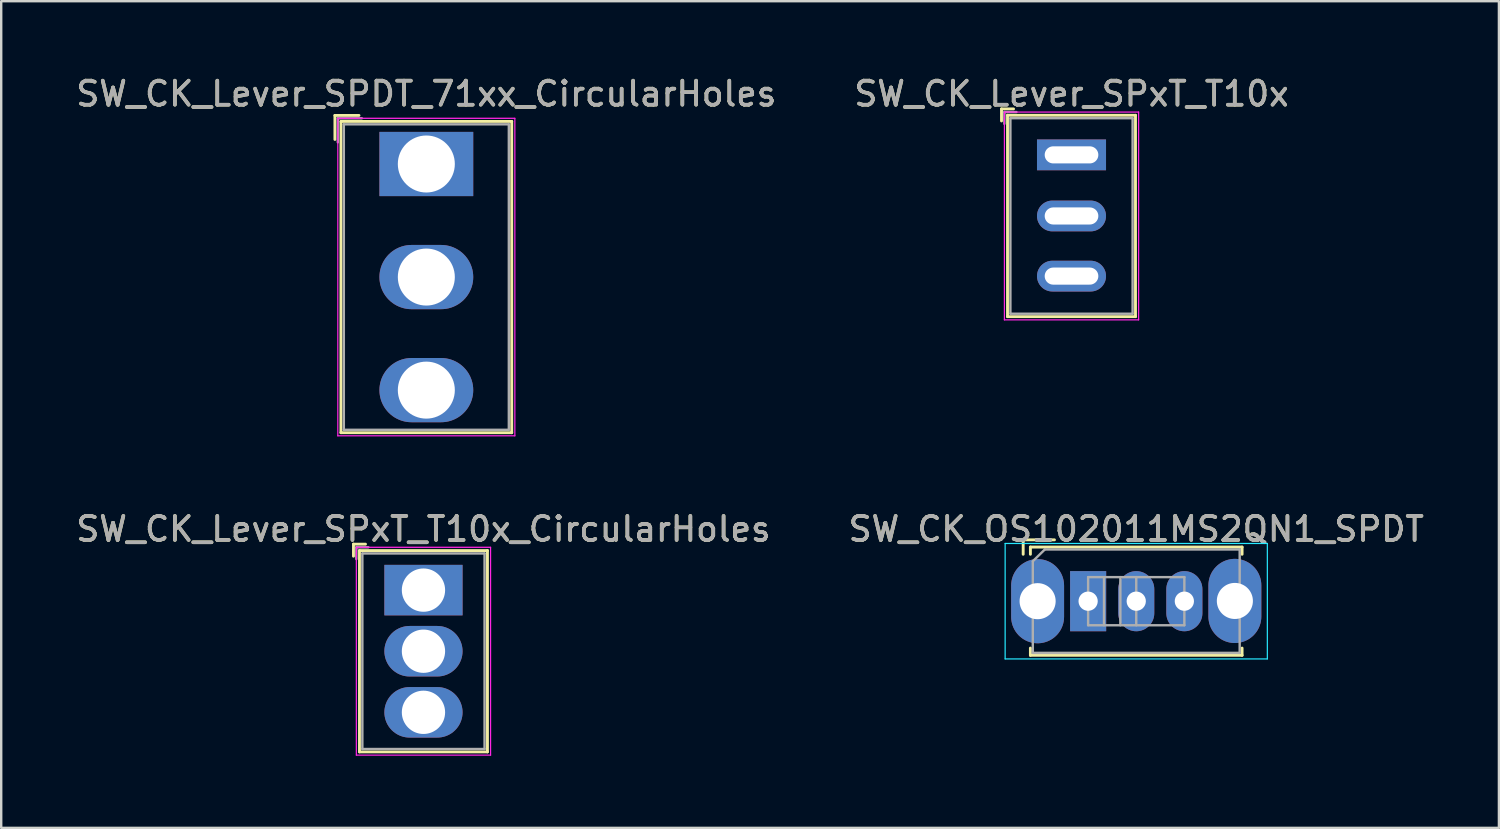
<source format=kicad_pcb>
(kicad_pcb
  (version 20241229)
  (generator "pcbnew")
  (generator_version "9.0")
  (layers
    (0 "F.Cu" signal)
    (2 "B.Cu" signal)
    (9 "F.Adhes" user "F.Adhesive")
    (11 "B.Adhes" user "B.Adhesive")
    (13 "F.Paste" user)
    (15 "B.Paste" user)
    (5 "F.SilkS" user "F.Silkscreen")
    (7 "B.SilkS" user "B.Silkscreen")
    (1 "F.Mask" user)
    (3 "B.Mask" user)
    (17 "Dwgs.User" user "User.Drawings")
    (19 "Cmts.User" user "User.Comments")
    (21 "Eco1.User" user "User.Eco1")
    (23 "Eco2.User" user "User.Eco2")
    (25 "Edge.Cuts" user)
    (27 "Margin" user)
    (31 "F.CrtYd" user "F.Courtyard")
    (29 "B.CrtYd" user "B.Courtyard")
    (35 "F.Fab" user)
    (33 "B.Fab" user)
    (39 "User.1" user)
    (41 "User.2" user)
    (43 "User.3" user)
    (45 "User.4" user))
  (footprint "SW_CK_Lever_SPDT_71xx_CircularHoles"
    (layer "F.Cu")
    (at 14.673 3.768)
    (property "Reference" "SW_CK_Lever_SPDT_71xx_CircularHoles" (at 0 -2.92 180) (layer "F.SilkS") (effects (font (size 1 1) (thickness 0.15))))
    (attr through_hole)
    (fp_line (start -3.8 -2.02) (end -3.8 -1.02) (stroke (width 0.12) (type solid)) (layer "F.SilkS"))
    (fp_line (start -3.8 -2.02) (end -2.8 -2.02) (stroke (width 0.12) (type solid)) (layer "F.SilkS"))
    (fp_line (start -3.55 -1.77) (end -3.55 11.17) (stroke (width 0.12) (type solid)) (layer "F.SilkS"))
    (fp_line (start -3.55 -1.77) (end 3.55 -1.77) (stroke (width 0.12) (type solid)) (layer "F.SilkS"))
    (fp_line (start -3.55 11.17) (end 3.55 11.17) (stroke (width 0.12) (type solid)) (layer "F.SilkS"))
    (fp_line (start 3.55 -1.77) (end 3.55 11.17) (stroke (width 0.12) (type solid)) (layer "F.SilkS"))
    (fp_line (start -3.68 -1.9) (end -3.68 11.3) (stroke (width 0.05) (type solid)) (layer "F.CrtYd"))
    (fp_line (start -3.68 -1.9) (end 3.68 -1.9) (stroke (width 0.05) (type solid)) (layer "F.CrtYd"))
    (fp_line (start -3.68 11.3) (end 3.68 11.3) (stroke (width 0.05) (type solid)) (layer "F.CrtYd"))
    (fp_line (start 3.68 -1.9) (end 3.68 11.3) (stroke (width 0.05) (type solid)) (layer "F.CrtYd"))
    (fp_line (start -3.68 -1.9) (end -3.68 -0.9) (stroke (width 0.1) (type solid)) (layer "F.Fab"))
    (fp_line (start -3.68 -1.9) (end -2.68 -1.9) (stroke (width 0.1) (type solid)) (layer "F.Fab"))
    (fp_line (start -3.43 -1.65) (end -3.43 11.05) (stroke (width 0.1) (type solid)) (layer "F.Fab"))
    (fp_line (start -3.43 -1.65) (end 3.43 -1.65) (stroke (width 0.1) (type solid)) (layer "F.Fab"))
    (fp_line (start -3.43 11.05) (end 3.43 11.05) (stroke (width 0.1) (type solid)) (layer "F.Fab"))
    (fp_line (start 3.43 -1.65) (end 3.43 11.05) (stroke (width 0.1) (type solid)) (layer "F.Fab"))
    (fp_text user "${REFERENCE}" (at 0 -2.92 180) (layer "F.Fab") (effects (font (size 1 1) (thickness 0.15))))
    (pad "1" thru_hole rect (at 0 0) (size 3.9 2.67) (drill 2.37) (layers "*.Cu" "*.Mask"))
    (pad "2" thru_hole oval (at 0 4.7) (size 3.9 2.67) (drill 2.37) (layers "*.Cu" "*.Mask"))
    (pad "3" thru_hole oval (at 0 9.4) (size 3.9 2.67) (drill 2.37) (layers "*.Cu" "*.Mask")))
  (footprint "SW_CK_OS102011MS2QN1_SPDT"
    (layer "F.Cu")
    (at 42.185 21.942)
    (property "Reference" "SW_CK_OS102011MS2QN1_SPDT" (at 2 -3 0) (layer "F.SilkS") (effects (font (size 1 1) (thickness 0.15))))
    (attr through_hole)
    (fp_line (start -2.7 -2.55) (end -1.4 -2.55) (stroke (width 0.12) (type solid)) (layer "F.SilkS"))
    (fp_line (start -2.7 -1.95) (end -2.7 -2.55) (stroke (width 0.12) (type solid)) (layer "F.SilkS"))
    (fp_line (start -2.4 -2.25) (end 6.4 -2.25) (stroke (width 0.12) (type solid)) (layer "F.SilkS"))
    (fp_line (start -2.4 -1.95) (end -2.4 -2.25) (stroke (width 0.12) (type solid)) (layer "F.SilkS"))
    (fp_line (start -2.4 2.25) (end -2.4 1.95) (stroke (width 0.12) (type solid)) (layer "F.SilkS"))
    (fp_line (start 6.4 -2.25) (end 6.4 -1.95) (stroke (width 0.12) (type solid)) (layer "F.SilkS"))
    (fp_line (start 6.4 2.25) (end -2.4 2.25) (stroke (width 0.12) (type solid)) (layer "F.SilkS"))
    (fp_line (start 6.4 2.25) (end 6.4 1.95) (stroke (width 0.12) (type solid)) (layer "F.SilkS"))
    (fp_line (start -3.45 -2.4) (end 7.45 -2.4) (stroke (width 0.05) (type solid)) (layer "B.CrtYd"))
    (fp_line (start -3.45 2.4) (end -3.45 -2.4) (stroke (width 0.05) (type solid)) (layer "B.CrtYd"))
    (fp_line (start 7.45 -2.4) (end 7.45 2.4) (stroke (width 0.05) (type solid)) (layer "B.CrtYd"))
    (fp_line (start 7.45 2.4) (end -3.45 2.4) (stroke (width 0.05) (type solid)) (layer "B.CrtYd"))
    (fp_line (start -2.3 -1.66) (end -1.8 -2.15) (stroke (width 0.1) (type solid)) (layer "F.Fab"))
    (fp_line (start -2.3 2.15) (end -2.3 -1.65) (stroke (width 0.1) (type solid)) (layer "F.Fab"))
    (fp_line (start -1.8 -2.15) (end 6.3 -2.15) (stroke (width 0.1) (type solid)) (layer "F.Fab"))
    (fp_line (start 0 -1) (end 0 1) (stroke (width 0.1) (type solid)) (layer "F.Fab"))
    (fp_line (start 0 -1) (end 4 -1) (stroke (width 0.1) (type solid)) (layer "F.Fab"))
    (fp_line (start 0 1) (end 4 1) (stroke (width 0.1) (type solid)) (layer "F.Fab"))
    (fp_line (start 0.66 -1) (end 0.66 1) (stroke (width 0.1) (type solid)) (layer "F.Fab"))
    (fp_line (start 1.34 -1) (end 1.34 1) (stroke (width 0.1) (type solid)) (layer "F.Fab"))
    (fp_line (start 2 -1) (end 2 1) (stroke (width 0.1) (type solid)) (layer "F.Fab"))
    (fp_line (start 4 -1) (end 4 1) (stroke (width 0.1) (type solid)) (layer "F.Fab"))
    (fp_line (start 6.3 -2.15) (end 6.3 2.15) (stroke (width 0.1) (type solid)) (layer "F.Fab"))
    (fp_line (start 6.3 2.15) (end -2.3 2.15) (stroke (width 0.1) (type solid)) (layer "F.Fab"))
    (fp_text user "${REFERENCE}" (at 2 -3 0) (layer "F.Fab") (effects (font (size 1 1) (thickness 0.15))))
    (pad "" thru_hole oval (at -2.1 0) (size 2.2 3.5) (drill 1.5) (layers "*.Cu" "*.Mask"))
    (pad "" thru_hole oval (at 6.1 -0.01) (size 2.2 3.5) (drill 1.5) (layers "*.Cu" "*.Mask"))
    (pad "1" thru_hole rect (at 0 0) (size 1.5 2.5) (drill 0.8) (layers "*.Cu" "*.Mask"))
    (pad "2" thru_hole oval (at 2 0) (size 1.5 2.5) (drill 0.8) (layers "*.Cu" "*.Mask"))
    (pad "3" thru_hole oval (at 4 0) (size 1.5 2.5) (drill 0.8) (layers "*.Cu" "*.Mask")))
  (footprint "SW_CK_Lever_SPxT_T10x"
    (layer "F.Cu")
    (at 41.494 3.388)
    (property "Reference" "SW_CK_Lever_SPxT_T10x" (at 0 -2.54 180) (layer "F.SilkS") (effects (font (size 1 1) (thickness 0.15))))
    (attr through_hole)
    (fp_line (start -2.91 -1.91) (end -2.91 -1.41) (stroke (width 0.12) (type solid)) (layer "F.SilkS"))
    (fp_line (start -2.91 -1.91) (end -2.41 -1.91) (stroke (width 0.12) (type solid)) (layer "F.SilkS"))
    (fp_line (start -2.66 -1.645) (end -2.66 6.725) (stroke (width 0.12) (type solid)) (layer "F.SilkS"))
    (fp_line (start -2.66 -1.645) (end 2.66 -1.645) (stroke (width 0.12) (type solid)) (layer "F.SilkS"))
    (fp_line (start -2.66 6.725) (end 2.66 6.725) (stroke (width 0.12) (type solid)) (layer "F.SilkS"))
    (fp_line (start 2.66 -1.645) (end 2.66 6.725) (stroke (width 0.12) (type solid)) (layer "F.SilkS"))
    (fp_line (start -2.79 -1.78) (end -2.79 6.86) (stroke (width 0.05) (type solid)) (layer "F.CrtYd"))
    (fp_line (start -2.79 -1.78) (end 2.79 -1.78) (stroke (width 0.05) (type solid)) (layer "F.CrtYd"))
    (fp_line (start -2.79 6.86) (end 2.79 6.86) (stroke (width 0.05) (type solid)) (layer "F.CrtYd"))
    (fp_line (start 2.79 -1.78) (end 2.79 6.86) (stroke (width 0.05) (type solid)) (layer "F.CrtYd"))
    (fp_line (start -2.79 -1.78) (end -2.79 -1.29) (stroke (width 0.1) (type solid)) (layer "F.Fab"))
    (fp_line (start -2.79 -1.78) (end -2.29 -1.78) (stroke (width 0.1) (type solid)) (layer "F.Fab"))
    (fp_line (start -2.54 -1.525) (end -2.54 6.605) (stroke (width 0.1) (type solid)) (layer "F.Fab"))
    (fp_line (start -2.54 -1.525) (end 2.54 -1.525) (stroke (width 0.1) (type solid)) (layer "F.Fab"))
    (fp_line (start -2.54 6.605) (end 2.54 6.605) (stroke (width 0.1) (type solid)) (layer "F.Fab"))
    (fp_line (start 2.54 -1.525) (end 2.54 6.605) (stroke (width 0.1) (type solid)) (layer "F.Fab"))
    (fp_text user "${REFERENCE}" (at 0 -2.54 180) (layer "F.Fab") (effects (font (size 1 1) (thickness 0.15))))
    (pad "1" thru_hole rect (at 0 0) (size 2.87 1.28) (drill oval 2.23 0.71) (layers "*.Cu" "*.Mask"))
    (pad "2" thru_hole oval (at 0 2.54) (size 2.87 1.28) (drill oval 2.23 0.71) (layers "*.Cu" "*.Mask"))
    (pad "3" thru_hole oval (at 0 5.04) (size 2.87 1.28) (drill oval 2.23 0.71) (layers "*.Cu" "*.Mask")))
  (footprint "SW_CK_Lever_SPxT_T10x_CircularHoles"
    (layer "F.Cu")
    (at 14.554 21.482)
    (property "Reference" "SW_CK_Lever_SPxT_T10x_CircularHoles" (at 0 -2.54 180) (layer "F.SilkS") (effects (font (size 1 1) (thickness 0.15))))
    (attr through_hole)
    (fp_line (start -2.91 -1.91) (end -2.91 -1.41) (stroke (width 0.12) (type solid)) (layer "F.SilkS"))
    (fp_line (start -2.91 -1.91) (end -2.41 -1.91) (stroke (width 0.12) (type solid)) (layer "F.SilkS"))
    (fp_line (start -2.66 -1.645) (end -2.66 6.725) (stroke (width 0.12) (type solid)) (layer "F.SilkS"))
    (fp_line (start -2.66 -1.645) (end 2.66 -1.645) (stroke (width 0.12) (type solid)) (layer "F.SilkS"))
    (fp_line (start -2.66 6.725) (end 2.66 6.725) (stroke (width 0.12) (type solid)) (layer "F.SilkS"))
    (fp_line (start 2.66 -1.645) (end 2.66 6.725) (stroke (width 0.12) (type solid)) (layer "F.SilkS"))
    (fp_line (start -2.79 -1.78) (end -2.79 6.86) (stroke (width 0.05) (type solid)) (layer "F.CrtYd"))
    (fp_line (start -2.79 -1.78) (end 2.79 -1.78) (stroke (width 0.05) (type solid)) (layer "F.CrtYd"))
    (fp_line (start -2.79 6.86) (end 2.79 6.86) (stroke (width 0.05) (type solid)) (layer "F.CrtYd"))
    (fp_line (start 2.79 -1.78) (end 2.79 6.86) (stroke (width 0.05) (type solid)) (layer "F.CrtYd"))
    (fp_line (start -2.79 -1.78) (end -2.79 -1.29) (stroke (width 0.1) (type solid)) (layer "F.Fab"))
    (fp_line (start -2.79 -1.78) (end -2.29 -1.78) (stroke (width 0.1) (type solid)) (layer "F.Fab"))
    (fp_line (start -2.54 -1.525) (end -2.54 6.605) (stroke (width 0.1) (type solid)) (layer "F.Fab"))
    (fp_line (start -2.54 -1.525) (end 2.54 -1.525) (stroke (width 0.1) (type solid)) (layer "F.Fab"))
    (fp_line (start -2.54 6.605) (end 2.54 6.605) (stroke (width 0.1) (type solid)) (layer "F.Fab"))
    (fp_line (start 2.54 -1.525) (end 2.54 6.605) (stroke (width 0.1) (type solid)) (layer "F.Fab"))
    (fp_text user "${REFERENCE}" (at 0 -2.54 180) (layer "F.Fab") (effects (font (size 1 1) (thickness 0.15))))
    (pad "1" thru_hole rect (at 0 0) (size 3.25 2.1) (drill 1.8) (layers "*.Cu" "*.Mask"))
    (pad "2" thru_hole oval (at 0 2.54) (size 3.25 2.1) (drill 1.8) (layers "*.Cu" "*.Mask"))
    (pad "3" thru_hole oval (at 0 5.08) (size 3.25 2.1) (drill 1.8) (layers "*.Cu" "*.Mask")))
  (gr_rect
    (start -3 -3)
    (end 59.262 31.366)
    (stroke (width 0.1) (type default))
    (fill no)
    (layer "Edge.Cuts")))
</source>
